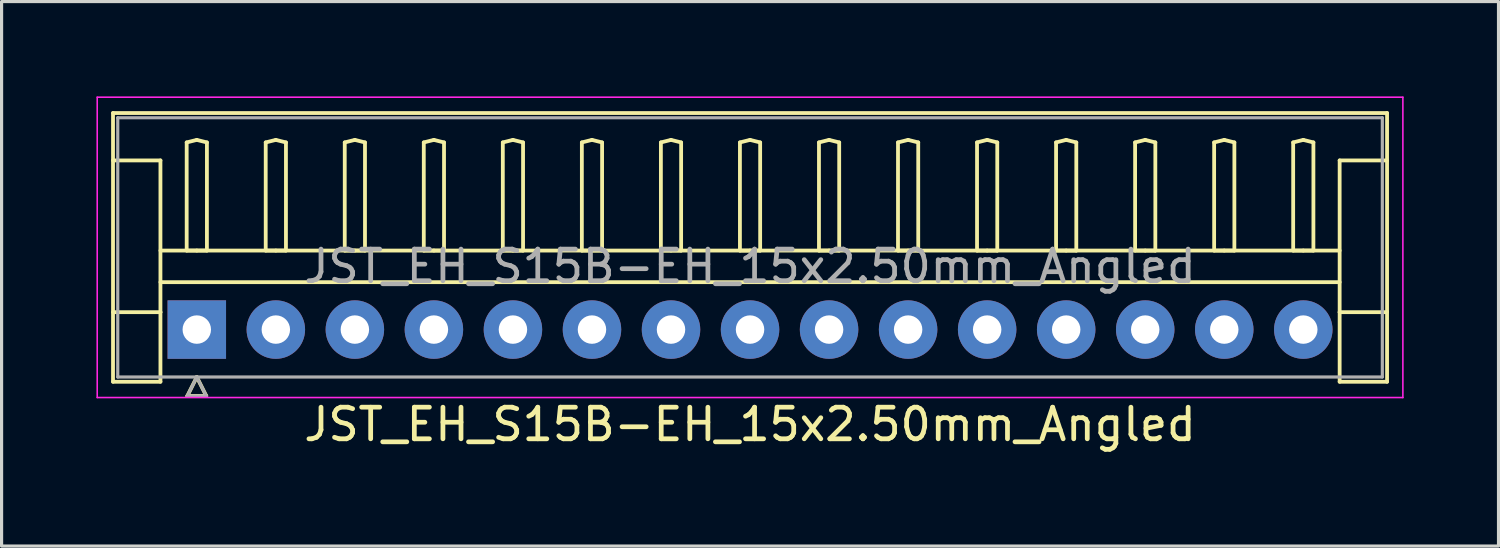
<source format=kicad_pcb>
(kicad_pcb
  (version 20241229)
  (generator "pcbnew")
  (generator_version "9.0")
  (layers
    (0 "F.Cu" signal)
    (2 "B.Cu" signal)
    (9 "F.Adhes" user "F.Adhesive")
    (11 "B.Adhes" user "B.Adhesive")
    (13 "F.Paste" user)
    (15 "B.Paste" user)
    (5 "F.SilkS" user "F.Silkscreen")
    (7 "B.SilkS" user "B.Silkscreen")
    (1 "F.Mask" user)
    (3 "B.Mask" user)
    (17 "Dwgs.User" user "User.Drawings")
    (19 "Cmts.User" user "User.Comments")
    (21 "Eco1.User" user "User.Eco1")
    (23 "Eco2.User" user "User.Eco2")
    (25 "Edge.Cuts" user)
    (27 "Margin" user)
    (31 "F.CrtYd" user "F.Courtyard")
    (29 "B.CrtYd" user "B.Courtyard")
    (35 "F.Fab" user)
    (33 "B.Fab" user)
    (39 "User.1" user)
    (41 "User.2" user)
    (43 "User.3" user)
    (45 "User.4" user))
  (footprint "JST_EH_S15B-EH_15x2.50mm_Angled"
    (layer "F.Cu")
    (at 3.175 7.375)
    (property "Reference" "JST_EH_S15B-EH_15x2.50mm_Angled" (at 17.5 3 0) (layer "F.SilkS") (effects (font (size 1 1) (thickness 0.15))))
    (attr through_hole)
    (fp_line (start -2.65 -6.85) (end 37.65 -6.85) (stroke (width 0.12) (type solid)) (layer "F.SilkS"))
    (fp_line (start -2.65 -5.35) (end -1.15 -5.35) (stroke (width 0.12) (type solid)) (layer "F.SilkS"))
    (fp_line (start -2.65 1.65) (end -2.65 -6.85) (stroke (width 0.12) (type solid)) (layer "F.SilkS"))
    (fp_line (start -1.15 -5.35) (end -1.15 -0.55) (stroke (width 0.12) (type solid)) (layer "F.SilkS"))
    (fp_line (start -1.15 -2.5) (end 36.15 -2.5) (stroke (width 0.12) (type solid)) (layer "F.SilkS"))
    (fp_line (start -1.15 -1.5) (end 36.15 -1.5) (stroke (width 0.12) (type solid)) (layer "F.SilkS"))
    (fp_line (start -1.15 -0.55) (end -2.65 -0.55) (stroke (width 0.12) (type solid)) (layer "F.SilkS"))
    (fp_line (start -1.15 -0.55) (end -1.15 1.65) (stroke (width 0.12) (type solid)) (layer "F.SilkS"))
    (fp_line (start -1.15 1.65) (end -2.65 1.65) (stroke (width 0.12) (type solid)) (layer "F.SilkS"))
    (fp_line (start -0.32 -5.92) (end 0 -6) (stroke (width 0.12) (type solid)) (layer "F.SilkS"))
    (fp_line (start -0.32 -2.5) (end -0.32 -5.92) (stroke (width 0.12) (type solid)) (layer "F.SilkS"))
    (fp_line (start -0.3 2.1) (end 0.3 2.1) (stroke (width 0.12) (type solid)) (layer "F.SilkS"))
    (fp_line (start 0 -6) (end 0.32 -5.92) (stroke (width 0.12) (type solid)) (layer "F.SilkS"))
    (fp_line (start 0 -2.5) (end -0.32 -2.5) (stroke (width 0.12) (type solid)) (layer "F.SilkS"))
    (fp_line (start 0 1.5) (end -0.3 2.1) (stroke (width 0.12) (type solid)) (layer "F.SilkS"))
    (fp_line (start 0.3 2.1) (end 0 1.5) (stroke (width 0.12) (type solid)) (layer "F.SilkS"))
    (fp_line (start 0.32 -5.92) (end 0.32 -2.5) (stroke (width 0.12) (type solid)) (layer "F.SilkS"))
    (fp_line (start 0.32 -2.5) (end 0 -2.5) (stroke (width 0.12) (type solid)) (layer "F.SilkS"))
    (fp_line (start 2.18 -5.92) (end 2.5 -6) (stroke (width 0.12) (type solid)) (layer "F.SilkS"))
    (fp_line (start 2.18 -2.5) (end 2.18 -5.92) (stroke (width 0.12) (type solid)) (layer "F.SilkS"))
    (fp_line (start 2.5 -6) (end 2.82 -5.92) (stroke (width 0.12) (type solid)) (layer "F.SilkS"))
    (fp_line (start 2.5 -2.5) (end 2.18 -2.5) (stroke (width 0.12) (type solid)) (layer "F.SilkS"))
    (fp_line (start 2.82 -5.92) (end 2.82 -2.5) (stroke (width 0.12) (type solid)) (layer "F.SilkS"))
    (fp_line (start 2.82 -2.5) (end 2.5 -2.5) (stroke (width 0.12) (type solid)) (layer "F.SilkS"))
    (fp_line (start 4.68 -5.92) (end 5 -6) (stroke (width 0.12) (type solid)) (layer "F.SilkS"))
    (fp_line (start 4.68 -2.5) (end 4.68 -5.92) (stroke (width 0.12) (type solid)) (layer "F.SilkS"))
    (fp_line (start 5 -6) (end 5.32 -5.92) (stroke (width 0.12) (type solid)) (layer "F.SilkS"))
    (fp_line (start 5 -2.5) (end 4.68 -2.5) (stroke (width 0.12) (type solid)) (layer "F.SilkS"))
    (fp_line (start 5.32 -5.92) (end 5.32 -2.5) (stroke (width 0.12) (type solid)) (layer "F.SilkS"))
    (fp_line (start 5.32 -2.5) (end 5 -2.5) (stroke (width 0.12) (type solid)) (layer "F.SilkS"))
    (fp_line (start 7.18 -5.92) (end 7.5 -6) (stroke (width 0.12) (type solid)) (layer "F.SilkS"))
    (fp_line (start 7.18 -2.5) (end 7.18 -5.92) (stroke (width 0.12) (type solid)) (layer "F.SilkS"))
    (fp_line (start 7.5 -6) (end 7.82 -5.92) (stroke (width 0.12) (type solid)) (layer "F.SilkS"))
    (fp_line (start 7.5 -2.5) (end 7.18 -2.5) (stroke (width 0.12) (type solid)) (layer "F.SilkS"))
    (fp_line (start 7.82 -5.92) (end 7.82 -2.5) (stroke (width 0.12) (type solid)) (layer "F.SilkS"))
    (fp_line (start 7.82 -2.5) (end 7.5 -2.5) (stroke (width 0.12) (type solid)) (layer "F.SilkS"))
    (fp_line (start 9.68 -5.92) (end 10 -6) (stroke (width 0.12) (type solid)) (layer "F.SilkS"))
    (fp_line (start 9.68 -2.5) (end 9.68 -5.92) (stroke (width 0.12) (type solid)) (layer "F.SilkS"))
    (fp_line (start 10 -6) (end 10.32 -5.92) (stroke (width 0.12) (type solid)) (layer "F.SilkS"))
    (fp_line (start 10 -2.5) (end 9.68 -2.5) (stroke (width 0.12) (type solid)) (layer "F.SilkS"))
    (fp_line (start 10.32 -5.92) (end 10.32 -2.5) (stroke (width 0.12) (type solid)) (layer "F.SilkS"))
    (fp_line (start 10.32 -2.5) (end 10 -2.5) (stroke (width 0.12) (type solid)) (layer "F.SilkS"))
    (fp_line (start 12.18 -5.92) (end 12.5 -6) (stroke (width 0.12) (type solid)) (layer "F.SilkS"))
    (fp_line (start 12.18 -2.5) (end 12.18 -5.92) (stroke (width 0.12) (type solid)) (layer "F.SilkS"))
    (fp_line (start 12.5 -6) (end 12.82 -5.92) (stroke (width 0.12) (type solid)) (layer "F.SilkS"))
    (fp_line (start 12.5 -2.5) (end 12.18 -2.5) (stroke (width 0.12) (type solid)) (layer "F.SilkS"))
    (fp_line (start 12.82 -5.92) (end 12.82 -2.5) (stroke (width 0.12) (type solid)) (layer "F.SilkS"))
    (fp_line (start 12.82 -2.5) (end 12.5 -2.5) (stroke (width 0.12) (type solid)) (layer "F.SilkS"))
    (fp_line (start 14.68 -5.92) (end 15 -6) (stroke (width 0.12) (type solid)) (layer "F.SilkS"))
    (fp_line (start 14.68 -2.5) (end 14.68 -5.92) (stroke (width 0.12) (type solid)) (layer "F.SilkS"))
    (fp_line (start 15 -6) (end 15.32 -5.92) (stroke (width 0.12) (type solid)) (layer "F.SilkS"))
    (fp_line (start 15 -2.5) (end 14.68 -2.5) (stroke (width 0.12) (type solid)) (layer "F.SilkS"))
    (fp_line (start 15.32 -5.92) (end 15.32 -2.5) (stroke (width 0.12) (type solid)) (layer "F.SilkS"))
    (fp_line (start 15.32 -2.5) (end 15 -2.5) (stroke (width 0.12) (type solid)) (layer "F.SilkS"))
    (fp_line (start 17.18 -5.92) (end 17.5 -6) (stroke (width 0.12) (type solid)) (layer "F.SilkS"))
    (fp_line (start 17.18 -2.5) (end 17.18 -5.92) (stroke (width 0.12) (type solid)) (layer "F.SilkS"))
    (fp_line (start 17.5 -6) (end 17.82 -5.92) (stroke (width 0.12) (type solid)) (layer "F.SilkS"))
    (fp_line (start 17.5 -2.5) (end 17.18 -2.5) (stroke (width 0.12) (type solid)) (layer "F.SilkS"))
    (fp_line (start 17.82 -5.92) (end 17.82 -2.5) (stroke (width 0.12) (type solid)) (layer "F.SilkS"))
    (fp_line (start 17.82 -2.5) (end 17.5 -2.5) (stroke (width 0.12) (type solid)) (layer "F.SilkS"))
    (fp_line (start 19.68 -5.92) (end 20 -6) (stroke (width 0.12) (type solid)) (layer "F.SilkS"))
    (fp_line (start 19.68 -2.5) (end 19.68 -5.92) (stroke (width 0.12) (type solid)) (layer "F.SilkS"))
    (fp_line (start 20 -6) (end 20.32 -5.92) (stroke (width 0.12) (type solid)) (layer "F.SilkS"))
    (fp_line (start 20 -2.5) (end 19.68 -2.5) (stroke (width 0.12) (type solid)) (layer "F.SilkS"))
    (fp_line (start 20.32 -5.92) (end 20.32 -2.5) (stroke (width 0.12) (type solid)) (layer "F.SilkS"))
    (fp_line (start 20.32 -2.5) (end 20 -2.5) (stroke (width 0.12) (type solid)) (layer "F.SilkS"))
    (fp_line (start 22.18 -5.92) (end 22.5 -6) (stroke (width 0.12) (type solid)) (layer "F.SilkS"))
    (fp_line (start 22.18 -2.5) (end 22.18 -5.92) (stroke (width 0.12) (type solid)) (layer "F.SilkS"))
    (fp_line (start 22.5 -6) (end 22.82 -5.92) (stroke (width 0.12) (type solid)) (layer "F.SilkS"))
    (fp_line (start 22.5 -2.5) (end 22.18 -2.5) (stroke (width 0.12) (type solid)) (layer "F.SilkS"))
    (fp_line (start 22.82 -5.92) (end 22.82 -2.5) (stroke (width 0.12) (type solid)) (layer "F.SilkS"))
    (fp_line (start 22.82 -2.5) (end 22.5 -2.5) (stroke (width 0.12) (type solid)) (layer "F.SilkS"))
    (fp_line (start 24.68 -5.92) (end 25 -6) (stroke (width 0.12) (type solid)) (layer "F.SilkS"))
    (fp_line (start 24.68 -2.5) (end 24.68 -5.92) (stroke (width 0.12) (type solid)) (layer "F.SilkS"))
    (fp_line (start 25 -6) (end 25.32 -5.92) (stroke (width 0.12) (type solid)) (layer "F.SilkS"))
    (fp_line (start 25 -2.5) (end 24.68 -2.5) (stroke (width 0.12) (type solid)) (layer "F.SilkS"))
    (fp_line (start 25.32 -5.92) (end 25.32 -2.5) (stroke (width 0.12) (type solid)) (layer "F.SilkS"))
    (fp_line (start 25.32 -2.5) (end 25 -2.5) (stroke (width 0.12) (type solid)) (layer "F.SilkS"))
    (fp_line (start 27.18 -5.92) (end 27.5 -6) (stroke (width 0.12) (type solid)) (layer "F.SilkS"))
    (fp_line (start 27.18 -2.5) (end 27.18 -5.92) (stroke (width 0.12) (type solid)) (layer "F.SilkS"))
    (fp_line (start 27.5 -6) (end 27.82 -5.92) (stroke (width 0.12) (type solid)) (layer "F.SilkS"))
    (fp_line (start 27.5 -2.5) (end 27.18 -2.5) (stroke (width 0.12) (type solid)) (layer "F.SilkS"))
    (fp_line (start 27.82 -5.92) (end 27.82 -2.5) (stroke (width 0.12) (type solid)) (layer "F.SilkS"))
    (fp_line (start 27.82 -2.5) (end 27.5 -2.5) (stroke (width 0.12) (type solid)) (layer "F.SilkS"))
    (fp_line (start 29.68 -5.92) (end 30 -6) (stroke (width 0.12) (type solid)) (layer "F.SilkS"))
    (fp_line (start 29.68 -2.5) (end 29.68 -5.92) (stroke (width 0.12) (type solid)) (layer "F.SilkS"))
    (fp_line (start 30 -6) (end 30.32 -5.92) (stroke (width 0.12) (type solid)) (layer "F.SilkS"))
    (fp_line (start 30 -2.5) (end 29.68 -2.5) (stroke (width 0.12) (type solid)) (layer "F.SilkS"))
    (fp_line (start 30.32 -5.92) (end 30.32 -2.5) (stroke (width 0.12) (type solid)) (layer "F.SilkS"))
    (fp_line (start 30.32 -2.5) (end 30 -2.5) (stroke (width 0.12) (type solid)) (layer "F.SilkS"))
    (fp_line (start 32.18 -5.92) (end 32.5 -6) (stroke (width 0.12) (type solid)) (layer "F.SilkS"))
    (fp_line (start 32.18 -2.5) (end 32.18 -5.92) (stroke (width 0.12) (type solid)) (layer "F.SilkS"))
    (fp_line (start 32.5 -6) (end 32.82 -5.92) (stroke (width 0.12) (type solid)) (layer "F.SilkS"))
    (fp_line (start 32.5 -2.5) (end 32.18 -2.5) (stroke (width 0.12) (type solid)) (layer "F.SilkS"))
    (fp_line (start 32.82 -5.92) (end 32.82 -2.5) (stroke (width 0.12) (type solid)) (layer "F.SilkS"))
    (fp_line (start 32.82 -2.5) (end 32.5 -2.5) (stroke (width 0.12) (type solid)) (layer "F.SilkS"))
    (fp_line (start 34.68 -5.92) (end 35 -6) (stroke (width 0.12) (type solid)) (layer "F.SilkS"))
    (fp_line (start 34.68 -2.5) (end 34.68 -5.92) (stroke (width 0.12) (type solid)) (layer "F.SilkS"))
    (fp_line (start 35 -6) (end 35.32 -5.92) (stroke (width 0.12) (type solid)) (layer "F.SilkS"))
    (fp_line (start 35 -2.5) (end 34.68 -2.5) (stroke (width 0.12) (type solid)) (layer "F.SilkS"))
    (fp_line (start 35.32 -5.92) (end 35.32 -2.5) (stroke (width 0.12) (type solid)) (layer "F.SilkS"))
    (fp_line (start 35.32 -2.5) (end 35 -2.5) (stroke (width 0.12) (type solid)) (layer "F.SilkS"))
    (fp_line (start 36.15 -5.35) (end 36.15 -0.55) (stroke (width 0.12) (type solid)) (layer "F.SilkS"))
    (fp_line (start 36.15 -0.55) (end 37.65 -0.55) (stroke (width 0.12) (type solid)) (layer "F.SilkS"))
    (fp_line (start 36.15 1.65) (end 36.15 -0.55) (stroke (width 0.12) (type solid)) (layer "F.SilkS"))
    (fp_line (start 37.65 -6.85) (end 37.65 1.65) (stroke (width 0.12) (type solid)) (layer "F.SilkS"))
    (fp_line (start 37.65 -5.35) (end 36.15 -5.35) (stroke (width 0.12) (type solid)) (layer "F.SilkS"))
    (fp_line (start 37.65 1.65) (end 36.15 1.65) (stroke (width 0.12) (type solid)) (layer "F.SilkS"))
    (fp_line (start -3.15 -7.35) (end -3.15 2.15) (stroke (width 0.05) (type solid)) (layer "F.CrtYd"))
    (fp_line (start -3.15 2.15) (end 38.15 2.15) (stroke (width 0.05) (type solid)) (layer "F.CrtYd"))
    (fp_line (start 38.15 -7.35) (end -3.15 -7.35) (stroke (width 0.05) (type solid)) (layer "F.CrtYd"))
    (fp_line (start 38.15 2.15) (end 38.15 -7.35) (stroke (width 0.05) (type solid)) (layer "F.CrtYd"))
    (fp_line (start -2.5 -6.7) (end -2.5 1.5) (stroke (width 0.1) (type solid)) (layer "F.Fab"))
    (fp_line (start -2.5 1.5) (end 37.5 1.5) (stroke (width 0.1) (type solid)) (layer "F.Fab"))
    (fp_line (start -0.3 2.1) (end 0.3 2.1) (stroke (width 0.1) (type solid)) (layer "F.Fab"))
    (fp_line (start 0 1.5) (end -0.3 2.1) (stroke (width 0.1) (type solid)) (layer "F.Fab"))
    (fp_line (start 0.3 2.1) (end 0 1.5) (stroke (width 0.1) (type solid)) (layer "F.Fab"))
    (fp_line (start 37.5 -6.7) (end -2.5 -6.7) (stroke (width 0.1) (type solid)) (layer "F.Fab"))
    (fp_line (start 37.5 1.5) (end 37.5 -6.7) (stroke (width 0.1) (type solid)) (layer "F.Fab"))
    (fp_text user "${REFERENCE}" (at 17.5 -2 0) (layer "F.Fab") (effects (font (size 1 1) (thickness 0.15))))
    (pad "1" thru_hole rect (at 0 0) (size 1.85 1.85) (drill 0.9) (layers "*.Cu" "*.Mask"))
    (pad "2" thru_hole circle (at 2.5 0) (size 1.85 1.85) (drill 0.9) (layers "*.Cu" "*.Mask"))
    (pad "3" thru_hole circle (at 5 0) (size 1.85 1.85) (drill 0.9) (layers "*.Cu" "*.Mask"))
    (pad "4" thru_hole circle (at 7.5 0) (size 1.85 1.85) (drill 0.9) (layers "*.Cu" "*.Mask"))
    (pad "5" thru_hole circle (at 10 0) (size 1.85 1.85) (drill 0.9) (layers "*.Cu" "*.Mask"))
    (pad "6" thru_hole circle (at 12.5 0) (size 1.85 1.85) (drill 0.9) (layers "*.Cu" "*.Mask"))
    (pad "7" thru_hole circle (at 15 0) (size 1.85 1.85) (drill 0.9) (layers "*.Cu" "*.Mask"))
    (pad "8" thru_hole circle (at 17.5 0) (size 1.85 1.85) (drill 0.9) (layers "*.Cu" "*.Mask"))
    (pad "9" thru_hole circle (at 20 0) (size 1.85 1.85) (drill 0.9) (layers "*.Cu" "*.Mask"))
    (pad "10" thru_hole circle (at 22.5 0) (size 1.85 1.85) (drill 0.9) (layers "*.Cu" "*.Mask"))
    (pad "11" thru_hole circle (at 25 0) (size 1.85 1.85) (drill 0.9) (layers "*.Cu" "*.Mask"))
    (pad "12" thru_hole circle (at 27.5 0) (size 1.85 1.85) (drill 0.9) (layers "*.Cu" "*.Mask"))
    (pad "13" thru_hole circle (at 30 0) (size 1.85 1.85) (drill 0.9) (layers "*.Cu" "*.Mask"))
    (pad "14" thru_hole circle (at 32.5 0) (size 1.85 1.85) (drill 0.9) (layers "*.Cu" "*.Mask"))
    (pad "15" thru_hole circle (at 35 0) (size 1.85 1.85) (drill 0.9) (layers "*.Cu" "*.Mask")))
  (gr_rect
    (start -3 -3)
    (end 44.35 14.223)
    (stroke (width 0.1) (type default))
    (fill no)
    (layer "Edge.Cuts")))
</source>
